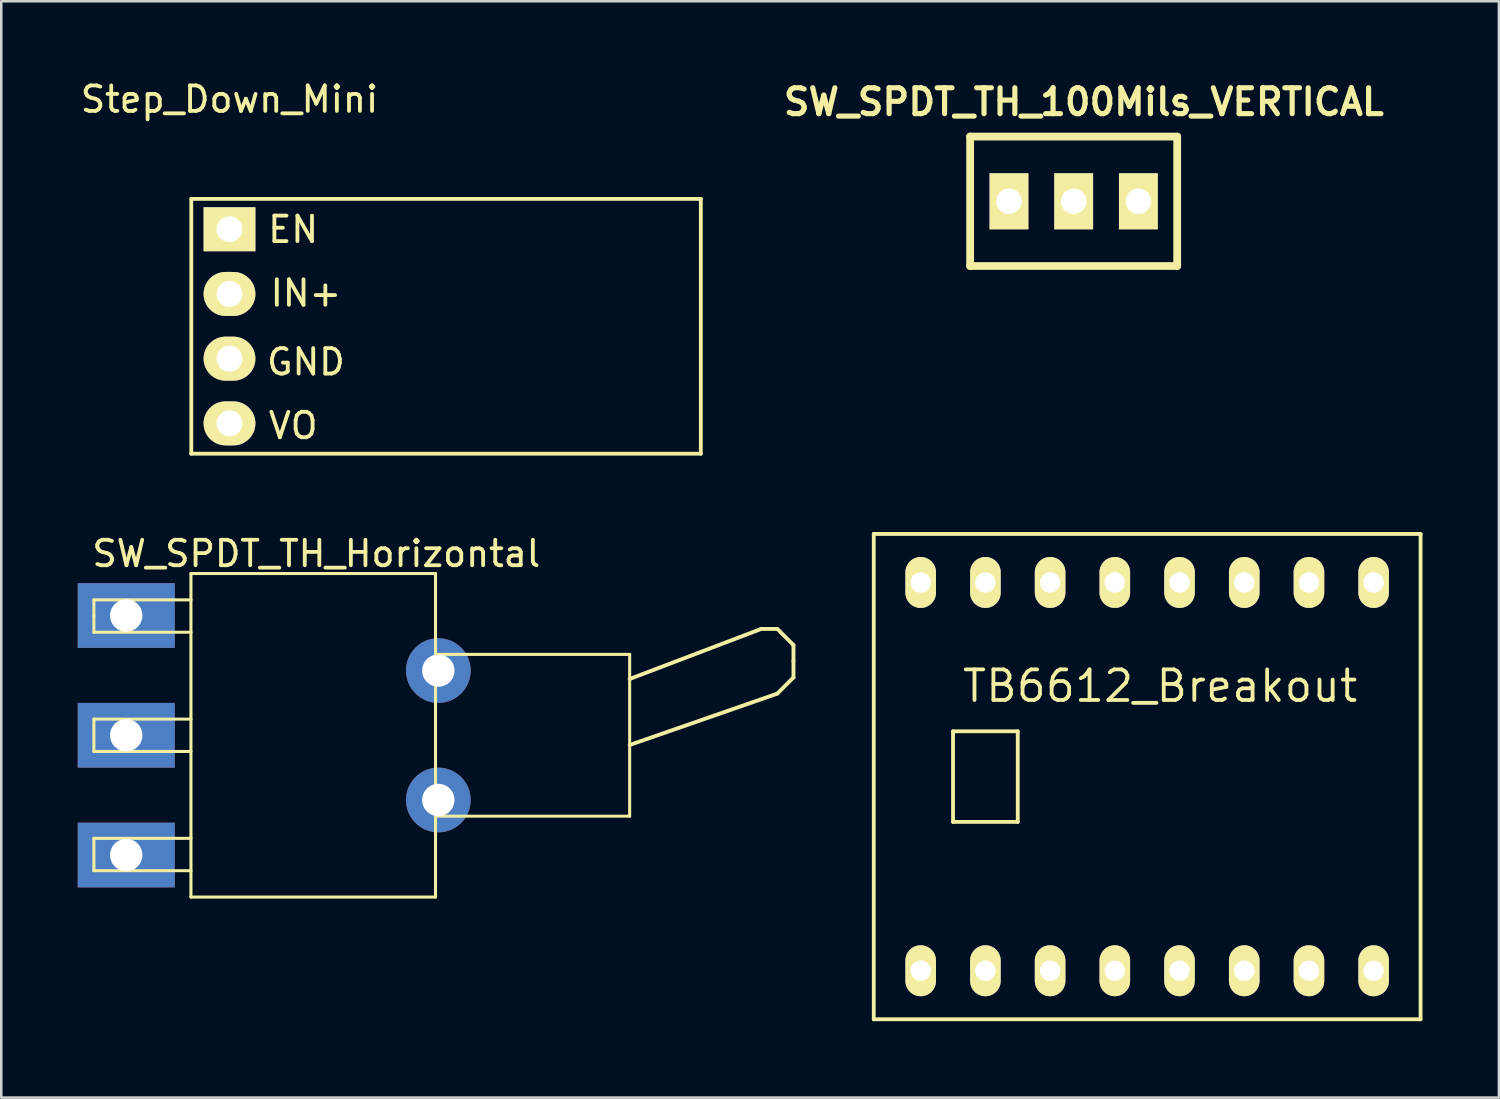
<source format=kicad_pcb>
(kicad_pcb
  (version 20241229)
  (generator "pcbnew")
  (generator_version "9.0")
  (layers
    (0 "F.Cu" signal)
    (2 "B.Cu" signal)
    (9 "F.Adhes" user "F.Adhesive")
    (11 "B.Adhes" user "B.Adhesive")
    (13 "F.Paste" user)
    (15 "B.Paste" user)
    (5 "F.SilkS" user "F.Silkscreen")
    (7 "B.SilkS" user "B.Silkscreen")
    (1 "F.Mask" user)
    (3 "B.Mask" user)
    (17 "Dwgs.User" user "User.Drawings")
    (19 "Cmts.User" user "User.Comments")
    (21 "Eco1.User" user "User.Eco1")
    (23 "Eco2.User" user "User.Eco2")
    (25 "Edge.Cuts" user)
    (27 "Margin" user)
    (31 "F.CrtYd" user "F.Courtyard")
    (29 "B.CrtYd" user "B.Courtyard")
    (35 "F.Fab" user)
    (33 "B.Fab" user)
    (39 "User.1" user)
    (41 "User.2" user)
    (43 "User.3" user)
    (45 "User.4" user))
  (footprint "SW_SPDT_TH_100Mils_VERTICAL"
    (layer "F.Cu")
    (at 39.093 4.851)
    (property "Reference" "SW_SPDT_TH_100Mils_VERTICAL" (at 0.4 -3.9 0) (layer "F.SilkS") (effects (font (size 1.016 1.016) (thickness 0.203))))
    (attr through_hole)
    (fp_line (start -4.064 2.54) (end -4.064 -2.54) (stroke (width 0.305) (type solid)) (layer "F.SilkS"))
    (fp_line (start 4.064 -2.54) (end -4.064 -2.54) (stroke (width 0.305) (type solid)) (layer "F.SilkS"))
    (fp_line (start 4.064 -2.54) (end 4.064 2.54) (stroke (width 0.305) (type solid)) (layer "F.SilkS"))
    (fp_line (start 4.064 2.54) (end -4.064 2.54) (stroke (width 0.305) (type solid)) (layer "F.SilkS"))
    (pad "1" thru_hole rect (at -2.54 0) (size 1.524 2.2) (drill 1.001) (layers "*.Cu" "*.Mask" "F.SilkS"))
    (pad "2" thru_hole rect (at 0 0) (size 1.524 2.2) (drill 1.001) (layers "*.Cu" "*.Mask" "F.SilkS"))
    (pad "3" thru_hole rect (at 2.54 0) (size 1.524 2.2) (drill 1.001) (layers "*.Cu" "*.Mask" "F.SilkS")))
  (footprint "TB6612_Breakout"
    (layer "F.Cu")
    (at 41.978 27.433)
    (property "Reference" "TB6612_Breakout" (at 0.508 -3.556 180) (layer "F.SilkS") (effects (font (size 1.2 1.2) (thickness 0.15))))
    (attr through_hole)
    (fp_line (start -10.732 9.525) (end -10.732 -9.525) (stroke (width 0.15) (type solid)) (layer "F.SilkS"))
    (fp_line (start -10.732 9.525) (end 10.732 9.525) (stroke (width 0.15) (type solid)) (layer "F.SilkS"))
    (fp_line (start -7.62 -1.778) (end -5.08 -1.778) (stroke (width 0.15) (type solid)) (layer "F.SilkS"))
    (fp_line (start -7.62 1.778) (end -7.62 -1.778) (stroke (width 0.15) (type solid)) (layer "F.SilkS"))
    (fp_line (start -7.62 1.778) (end -5.08 1.778) (stroke (width 0.15) (type solid)) (layer "F.SilkS"))
    (fp_line (start -5.08 -1.778) (end -5.08 1.778) (stroke (width 0.15) (type solid)) (layer "F.SilkS"))
    (fp_line (start 10.732 -9.525) (end -10.732 -9.525) (stroke (width 0.15) (type solid)) (layer "F.SilkS"))
    (fp_line (start 10.732 -9.525) (end 10.732 9.525) (stroke (width 0.15) (type solid)) (layer "F.SilkS"))
    (pad "1" thru_hole oval (at -8.89 7.62) (size 1.2 2) (drill 0.8) (layers "*.Cu" "*.Mask" "F.SilkS"))
    (pad "2" thru_hole oval (at -6.35 7.62) (size 1.2 2) (drill 0.8) (layers "*.Cu" "*.Mask" "F.SilkS"))
    (pad "3" thru_hole oval (at -3.81 7.62) (size 1.2 2) (drill 0.8) (layers "*.Cu" "*.Mask" "F.SilkS"))
    (pad "4" thru_hole oval (at -1.27 7.62) (size 1.2 2) (drill 0.8) (layers "*.Cu" "*.Mask" "F.SilkS"))
    (pad "5" thru_hole oval (at 1.27 7.62) (size 1.2 2) (drill 0.8) (layers "*.Cu" "*.Mask" "F.SilkS"))
    (pad "6" thru_hole oval (at 3.81 7.62) (size 1.2 2) (drill 0.8) (layers "*.Cu" "*.Mask" "F.SilkS"))
    (pad "7" thru_hole oval (at 6.35 7.62) (size 1.2 2) (drill 0.8) (layers "*.Cu" "*.Mask" "F.SilkS"))
    (pad "8" thru_hole oval (at 8.89 7.62) (size 1.2 2) (drill 0.8) (layers "*.Cu" "*.Mask" "F.SilkS"))
    (pad "9" thru_hole oval (at 8.89 -7.62) (size 1.2 2) (drill 0.8) (layers "*.Cu" "*.Mask" "F.SilkS"))
    (pad "10" thru_hole oval (at 6.35 -7.62) (size 1.2 2) (drill 0.8) (layers "*.Cu" "*.Mask" "F.SilkS"))
    (pad "11" thru_hole oval (at 3.81 -7.62) (size 1.2 2) (drill 0.8) (layers "*.Cu" "*.Mask" "F.SilkS"))
    (pad "12" thru_hole oval (at 1.27 -7.62) (size 1.2 2) (drill 0.8) (layers "*.Cu" "*.Mask" "F.SilkS"))
    (pad "13" thru_hole oval (at -1.27 -7.62) (size 1.2 2) (drill 0.8) (layers "*.Cu" "*.Mask" "F.SilkS"))
    (pad "14" thru_hole oval (at -3.81 -7.62) (size 1.2 2) (drill 0.8) (layers "*.Cu" "*.Mask" "F.SilkS"))
    (pad "15" thru_hole oval (at -6.35 -7.62) (size 1.2 2) (drill 0.8) (layers "*.Cu" "*.Mask" "F.SilkS"))
    (pad "16" thru_hole oval (at -8.89 -7.62) (size 1.2 2) (drill 0.8) (layers "*.Cu" "*.Mask" "F.SilkS")))
  (footprint "SW_SPDT_TH_Horizontal"
    (layer "F.Cu")
    (at 1.905 25.811)
    (property "Reference" "SW_SPDT_TH_Horizontal" (at 7.46 -7.13 180) (layer "F.SilkS") (effects (font (size 1 1) (thickness 0.15))))
    (attr through_hole)
    (fp_line (start -1.27 -5.315) (end -1.27 -4.68) (stroke (width 0.12) (type solid)) (layer "F.SilkS"))
    (fp_line (start -1.27 -5.315) (end 2.54 -5.315) (stroke (width 0.12) (type solid)) (layer "F.SilkS"))
    (fp_line (start -1.27 -4.68) (end -1.27 -4.045) (stroke (width 0.12) (type solid)) (layer "F.SilkS"))
    (fp_line (start -1.27 -4.045) (end 2.54 -4.045) (stroke (width 0.12) (type solid)) (layer "F.SilkS"))
    (fp_line (start -1.27 -0.635) (end -1.27 0.635) (stroke (width 0.12) (type solid)) (layer "F.SilkS"))
    (fp_line (start -1.27 0.635) (end 2.54 0.635) (stroke (width 0.12) (type solid)) (layer "F.SilkS"))
    (fp_line (start -1.27 4.045) (end -1.27 5.315) (stroke (width 0.12) (type solid)) (layer "F.SilkS"))
    (fp_line (start -1.27 5.315) (end 2.54 5.315) (stroke (width 0.12) (type solid)) (layer "F.SilkS"))
    (fp_line (start 2.54 -6.35) (end 2.54 6.35) (stroke (width 0.12) (type solid)) (layer "F.SilkS"))
    (fp_line (start 2.54 -0.635) (end -1.27 -0.635) (stroke (width 0.12) (type solid)) (layer "F.SilkS"))
    (fp_line (start 2.54 4.045) (end -1.27 4.045) (stroke (width 0.12) (type solid)) (layer "F.SilkS"))
    (fp_line (start 2.54 6.35) (end 12.14 6.35) (stroke (width 0.12) (type solid)) (layer "F.SilkS"))
    (fp_line (start 12.14 -6.35) (end 2.54 -6.35) (stroke (width 0.12) (type solid)) (layer "F.SilkS"))
    (fp_line (start 12.14 -3.175) (end 19.76 -3.175) (stroke (width 0.12) (type solid)) (layer "F.SilkS"))
    (fp_line (start 12.14 6.35) (end 12.14 -6.35) (stroke (width 0.12) (type solid)) (layer "F.SilkS"))
    (fp_line (start 19.76 -3.175) (end 19.76 3.175) (stroke (width 0.12) (type solid)) (layer "F.SilkS"))
    (fp_line (start 19.76 -2.21) (end 24.91 -4.17) (stroke (width 0.152) (type solid)) (layer "F.SilkS"))
    (fp_line (start 19.76 0.38) (end 25.54 -1.63) (stroke (width 0.152) (type solid)) (layer "F.SilkS"))
    (fp_line (start 19.76 3.175) (end 12.14 3.175) (stroke (width 0.12) (type solid)) (layer "F.SilkS"))
    (fp_line (start 24.92 -4.175) (end 25.555 -4.175) (stroke (width 0.152) (type solid)) (layer "F.SilkS"))
    (fp_line (start 25.555 -4.175) (end 26.19 -3.54) (stroke (width 0.152) (type solid)) (layer "F.SilkS"))
    (fp_line (start 26.19 -3.54) (end 26.19 -2.905) (stroke (width 0.152) (type solid)) (layer "F.SilkS"))
    (fp_line (start 26.19 -2.905) (end 26.19 -2.27) (stroke (width 0.152) (type solid)) (layer "F.SilkS"))
    (fp_line (start 26.19 -2.27) (end 25.555 -1.635) (stroke (width 0.152) (type solid)) (layer "F.SilkS"))
    (pad "1" thru_hole rect (at 0 -4.7) (size 3.81 2.54) (drill 1.27) (layers "*.Cu" "*.Mask"))
    (pad "2" thru_hole rect (at 0 0) (size 3.81 2.54) (drill 1.27) (layers "*.Cu" "*.Mask"))
    (pad "3" thru_hole rect (at 0 4.7) (size 3.81 2.54) (drill 1.27) (layers "*.Cu" "*.Mask"))
    (pad "H1" thru_hole circle (at 12.25 -2.54) (size 2.54 2.54) (drill 1.27) (layers "*.Cu" "*.Mask"))
    (pad "H2" thru_hole circle (at 12.25 2.54) (size 2.54 2.54) (drill 1.27) (layers "*.Cu" "*.Mask")))
  (footprint "Step_Down_Mini"
    (layer "F.Cu")
    (at 5.958 9.758)
    (property "Reference" "Step_Down_Mini" (at 0 -8.91 0) (layer "F.SilkS") (effects (font (size 1 1) (thickness 0.15))))
    (attr through_hole)
    (fp_line (start -1.5 -5) (end -1.5 5) (stroke (width 0.15) (type solid)) (layer "F.SilkS"))
    (fp_line (start -1.5 5) (end 18.5 5) (stroke (width 0.15) (type solid)) (layer "F.SilkS"))
    (fp_line (start 18.5 -5) (end -1.5 -5) (stroke (width 0.15) (type solid)) (layer "F.SilkS"))
    (fp_line (start 18.5 5) (end 18.5 -5) (stroke (width 0.15) (type solid)) (layer "F.SilkS"))
    (fp_text user "IN+" (at 3 -1.3 0) (layer "F.SilkS") (effects (font (size 1 1) (thickness 0.15))))
    (fp_text user "GND" (at 3 1.4 0) (layer "F.SilkS") (effects (font (size 1 1) (thickness 0.15))))
    (fp_text user "VO" (at 2.5 3.9 0) (layer "F.SilkS") (effects (font (size 1 1) (thickness 0.15))))
    (fp_text user "EN" (at 2.5 -3.8 0) (layer "F.SilkS") (effects (font (size 1 1) (thickness 0.15))))
    (pad "1" thru_hole rect (at 0 -3.81) (size 2.032 1.727) (drill 1.016) (layers "*.Cu" "*.Mask" "F.SilkS"))
    (pad "2" thru_hole oval (at 0 -1.27) (size 2.032 1.727) (drill 1.016) (layers "*.Cu" "*.Mask" "F.SilkS"))
    (pad "3" thru_hole oval (at 0 1.27) (size 2.032 1.727) (drill 1.016) (layers "*.Cu" "*.Mask" "F.SilkS"))
    (pad "4" thru_hole oval (at 0 3.81) (size 2.032 1.727) (drill 1.016) (layers "*.Cu" "*.Mask" "F.SilkS")))
  (gr_rect
    (start -3 -3)
    (end 55.784 40.033)
    (stroke (width 0.1) (type default))
    (fill no)
    (layer "Edge.Cuts")))
</source>
